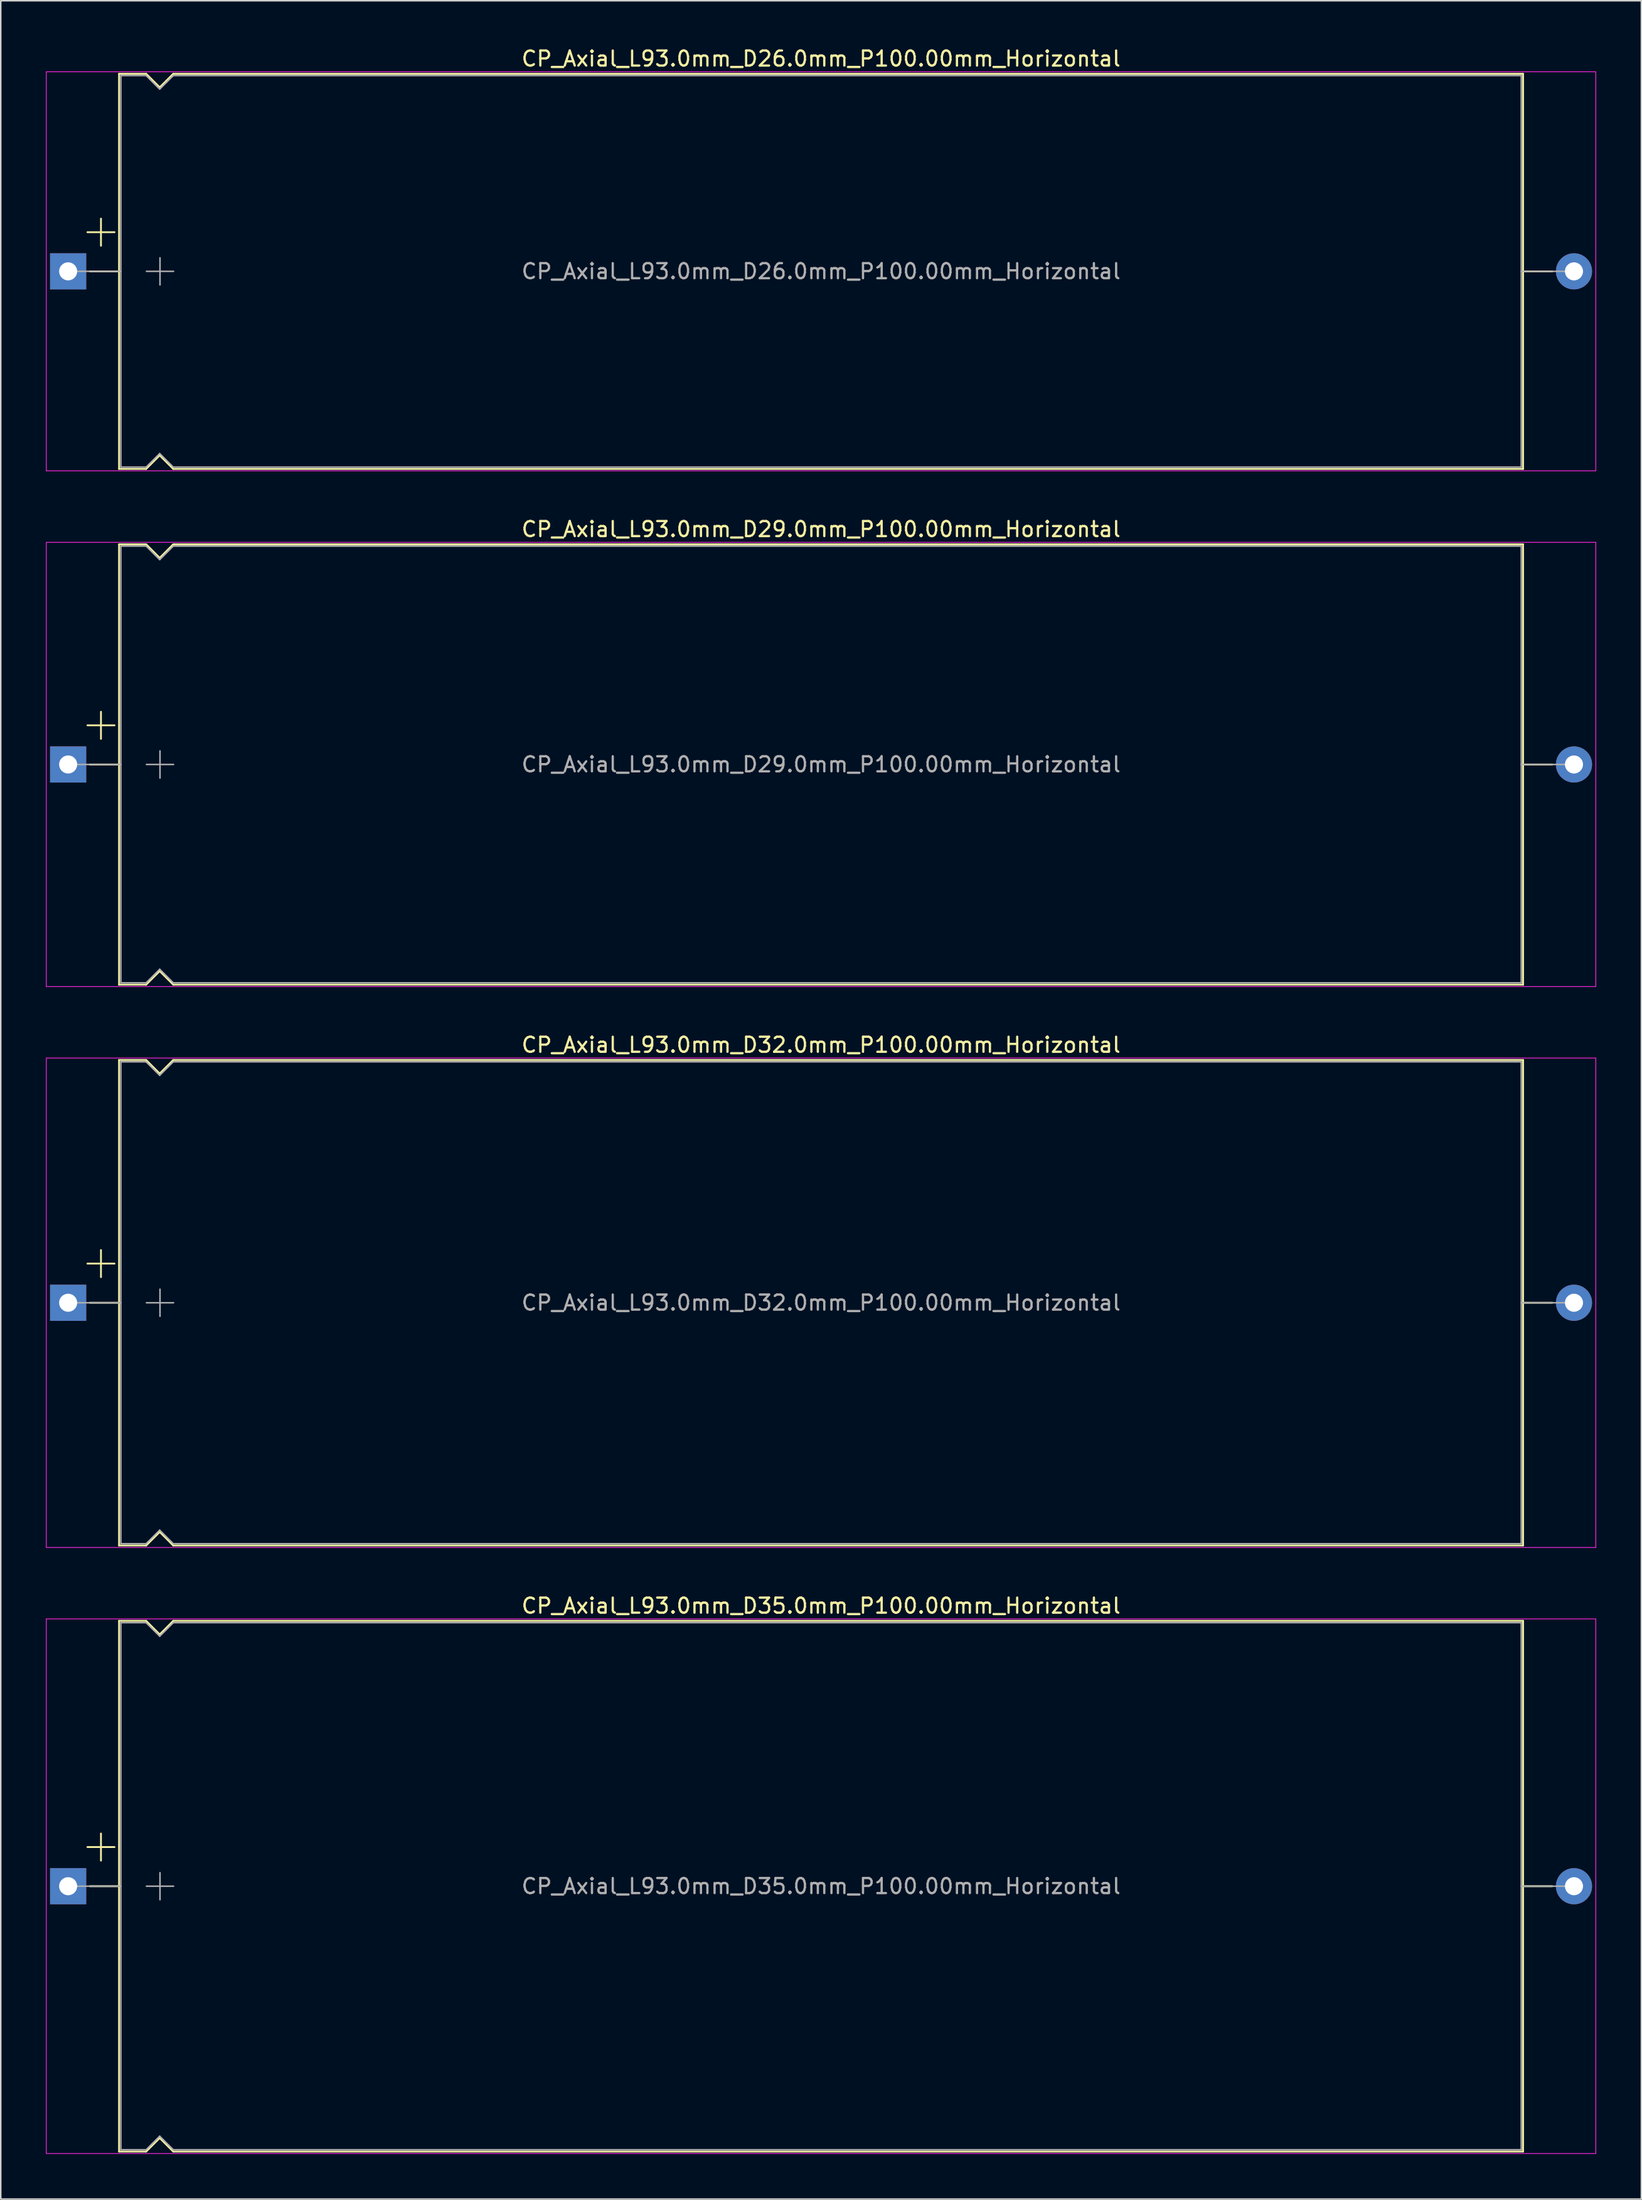
<source format=kicad_pcb>
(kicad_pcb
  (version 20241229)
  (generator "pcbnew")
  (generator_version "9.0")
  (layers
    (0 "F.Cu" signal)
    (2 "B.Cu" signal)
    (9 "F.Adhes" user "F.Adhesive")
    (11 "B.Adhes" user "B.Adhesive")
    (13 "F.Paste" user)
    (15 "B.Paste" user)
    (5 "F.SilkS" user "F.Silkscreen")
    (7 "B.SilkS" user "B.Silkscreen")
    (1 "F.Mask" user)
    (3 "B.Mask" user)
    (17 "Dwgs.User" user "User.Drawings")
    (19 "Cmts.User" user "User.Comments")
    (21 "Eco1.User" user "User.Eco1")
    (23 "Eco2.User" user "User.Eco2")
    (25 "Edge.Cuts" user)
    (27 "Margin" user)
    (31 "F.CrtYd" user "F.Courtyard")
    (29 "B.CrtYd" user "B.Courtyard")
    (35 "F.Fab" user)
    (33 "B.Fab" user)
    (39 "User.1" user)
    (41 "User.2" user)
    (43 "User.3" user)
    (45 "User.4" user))
  (footprint "CP_Axial_L93.0mm_D32.0mm_P100.00mm_Horizontal"
    (layer "F.Cu")
    (at 1.475 83.455)
    (property "Reference" "CP_Axial_L93.0mm_D32.0mm_P100.00mm_Horizontal" (at 50 -17.12 0) (layer "F.SilkS") (effects (font (size 1 1) (thickness 0.15))))
    (attr through_hole)
    (fp_line (start 1.28 -2.6) (end 3.08 -2.6) (stroke (width 0.12) (type solid)) (layer "F.SilkS"))
    (fp_line (start 1.44 0) (end 3.38 0) (stroke (width 0.12) (type solid)) (layer "F.SilkS"))
    (fp_line (start 2.18 -3.5) (end 2.18 -1.7) (stroke (width 0.12) (type solid)) (layer "F.SilkS"))
    (fp_line (start 3.38 -16.12) (end 3.38 16.12) (stroke (width 0.12) (type solid)) (layer "F.SilkS"))
    (fp_line (start 3.38 -16.12) (end 5.18 -16.12) (stroke (width 0.12) (type solid)) (layer "F.SilkS"))
    (fp_line (start 3.38 16.12) (end 5.18 16.12) (stroke (width 0.12) (type solid)) (layer "F.SilkS"))
    (fp_line (start 5.18 -16.12) (end 6.08 -15.22) (stroke (width 0.12) (type solid)) (layer "F.SilkS"))
    (fp_line (start 5.18 16.12) (end 6.08 15.22) (stroke (width 0.12) (type solid)) (layer "F.SilkS"))
    (fp_line (start 6.08 -15.22) (end 6.98 -16.12) (stroke (width 0.12) (type solid)) (layer "F.SilkS"))
    (fp_line (start 6.08 15.22) (end 6.98 16.12) (stroke (width 0.12) (type solid)) (layer "F.SilkS"))
    (fp_line (start 6.98 -16.12) (end 96.62 -16.12) (stroke (width 0.12) (type solid)) (layer "F.SilkS"))
    (fp_line (start 6.98 16.12) (end 96.62 16.12) (stroke (width 0.12) (type solid)) (layer "F.SilkS"))
    (fp_line (start 96.62 -16.12) (end 96.62 16.12) (stroke (width 0.12) (type solid)) (layer "F.SilkS"))
    (fp_line (start 98.56 0) (end 96.62 0) (stroke (width 0.12) (type solid)) (layer "F.SilkS"))
    (fp_line (start -1.45 -16.25) (end -1.45 16.25) (stroke (width 0.05) (type solid)) (layer "F.CrtYd"))
    (fp_line (start -1.45 16.25) (end 101.45 16.25) (stroke (width 0.05) (type solid)) (layer "F.CrtYd"))
    (fp_line (start 101.45 -16.25) (end -1.45 -16.25) (stroke (width 0.05) (type solid)) (layer "F.CrtYd"))
    (fp_line (start 101.45 16.25) (end 101.45 -16.25) (stroke (width 0.05) (type solid)) (layer "F.CrtYd"))
    (fp_line (start 0 0) (end 3.5 0) (stroke (width 0.1) (type solid)) (layer "F.Fab"))
    (fp_line (start 3.5 -16) (end 3.5 16) (stroke (width 0.1) (type solid)) (layer "F.Fab"))
    (fp_line (start 3.5 -16) (end 5.18 -16) (stroke (width 0.1) (type solid)) (layer "F.Fab"))
    (fp_line (start 3.5 16) (end 5.18 16) (stroke (width 0.1) (type solid)) (layer "F.Fab"))
    (fp_line (start 5.18 -16) (end 6.08 -15.1) (stroke (width 0.1) (type solid)) (layer "F.Fab"))
    (fp_line (start 5.18 16) (end 6.08 15.1) (stroke (width 0.1) (type solid)) (layer "F.Fab"))
    (fp_line (start 5.2 0) (end 7 0) (stroke (width 0.1) (type solid)) (layer "F.Fab"))
    (fp_line (start 6.08 -15.1) (end 6.98 -16) (stroke (width 0.1) (type solid)) (layer "F.Fab"))
    (fp_line (start 6.08 15.1) (end 6.98 16) (stroke (width 0.1) (type solid)) (layer "F.Fab"))
    (fp_line (start 6.1 -0.9) (end 6.1 0.9) (stroke (width 0.1) (type solid)) (layer "F.Fab"))
    (fp_line (start 6.98 -16) (end 96.5 -16) (stroke (width 0.1) (type solid)) (layer "F.Fab"))
    (fp_line (start 6.98 16) (end 96.5 16) (stroke (width 0.1) (type solid)) (layer "F.Fab"))
    (fp_line (start 96.5 -16) (end 96.5 16) (stroke (width 0.1) (type solid)) (layer "F.Fab"))
    (fp_line (start 100 0) (end 96.5 0) (stroke (width 0.1) (type solid)) (layer "F.Fab"))
    (fp_text user "${REFERENCE}" (at 50 0 0) (layer "F.Fab") (effects (font (size 1 1) (thickness 0.15))))
    (pad "1" thru_hole rect (at 0 0) (size 2.4 2.4) (drill 1.2) (layers "*.Cu" "*.Mask"))
    (pad "2" thru_hole oval (at 100 0) (size 2.4 2.4) (drill 1.2) (layers "*.Cu" "*.Mask")))
  (footprint "CP_Axial_L93.0mm_D29.0mm_P100.00mm_Horizontal"
    (layer "F.Cu")
    (at 1.475 47.712)
    (property "Reference" "CP_Axial_L93.0mm_D29.0mm_P100.00mm_Horizontal" (at 50 -15.62 0) (layer "F.SilkS") (effects (font (size 1 1) (thickness 0.15))))
    (attr through_hole)
    (fp_line (start 1.28 -2.6) (end 3.08 -2.6) (stroke (width 0.12) (type solid)) (layer "F.SilkS"))
    (fp_line (start 1.44 0) (end 3.38 0) (stroke (width 0.12) (type solid)) (layer "F.SilkS"))
    (fp_line (start 2.18 -3.5) (end 2.18 -1.7) (stroke (width 0.12) (type solid)) (layer "F.SilkS"))
    (fp_line (start 3.38 -14.62) (end 3.38 14.62) (stroke (width 0.12) (type solid)) (layer "F.SilkS"))
    (fp_line (start 3.38 -14.62) (end 5.18 -14.62) (stroke (width 0.12) (type solid)) (layer "F.SilkS"))
    (fp_line (start 3.38 14.62) (end 5.18 14.62) (stroke (width 0.12) (type solid)) (layer "F.SilkS"))
    (fp_line (start 5.18 -14.62) (end 6.08 -13.72) (stroke (width 0.12) (type solid)) (layer "F.SilkS"))
    (fp_line (start 5.18 14.62) (end 6.08 13.72) (stroke (width 0.12) (type solid)) (layer "F.SilkS"))
    (fp_line (start 6.08 -13.72) (end 6.98 -14.62) (stroke (width 0.12) (type solid)) (layer "F.SilkS"))
    (fp_line (start 6.08 13.72) (end 6.98 14.62) (stroke (width 0.12) (type solid)) (layer "F.SilkS"))
    (fp_line (start 6.98 -14.62) (end 96.62 -14.62) (stroke (width 0.12) (type solid)) (layer "F.SilkS"))
    (fp_line (start 6.98 14.62) (end 96.62 14.62) (stroke (width 0.12) (type solid)) (layer "F.SilkS"))
    (fp_line (start 96.62 -14.62) (end 96.62 14.62) (stroke (width 0.12) (type solid)) (layer "F.SilkS"))
    (fp_line (start 98.56 0) (end 96.62 0) (stroke (width 0.12) (type solid)) (layer "F.SilkS"))
    (fp_line (start -1.45 -14.75) (end -1.45 14.75) (stroke (width 0.05) (type solid)) (layer "F.CrtYd"))
    (fp_line (start -1.45 14.75) (end 101.45 14.75) (stroke (width 0.05) (type solid)) (layer "F.CrtYd"))
    (fp_line (start 101.45 -14.75) (end -1.45 -14.75) (stroke (width 0.05) (type solid)) (layer "F.CrtYd"))
    (fp_line (start 101.45 14.75) (end 101.45 -14.75) (stroke (width 0.05) (type solid)) (layer "F.CrtYd"))
    (fp_line (start 0 0) (end 3.5 0) (stroke (width 0.1) (type solid)) (layer "F.Fab"))
    (fp_line (start 3.5 -14.5) (end 3.5 14.5) (stroke (width 0.1) (type solid)) (layer "F.Fab"))
    (fp_line (start 3.5 -14.5) (end 5.18 -14.5) (stroke (width 0.1) (type solid)) (layer "F.Fab"))
    (fp_line (start 3.5 14.5) (end 5.18 14.5) (stroke (width 0.1) (type solid)) (layer "F.Fab"))
    (fp_line (start 5.18 -14.5) (end 6.08 -13.6) (stroke (width 0.1) (type solid)) (layer "F.Fab"))
    (fp_line (start 5.18 14.5) (end 6.08 13.6) (stroke (width 0.1) (type solid)) (layer "F.Fab"))
    (fp_line (start 5.2 0) (end 7 0) (stroke (width 0.1) (type solid)) (layer "F.Fab"))
    (fp_line (start 6.08 -13.6) (end 6.98 -14.5) (stroke (width 0.1) (type solid)) (layer "F.Fab"))
    (fp_line (start 6.08 13.6) (end 6.98 14.5) (stroke (width 0.1) (type solid)) (layer "F.Fab"))
    (fp_line (start 6.1 -0.9) (end 6.1 0.9) (stroke (width 0.1) (type solid)) (layer "F.Fab"))
    (fp_line (start 6.98 -14.5) (end 96.5 -14.5) (stroke (width 0.1) (type solid)) (layer "F.Fab"))
    (fp_line (start 6.98 14.5) (end 96.5 14.5) (stroke (width 0.1) (type solid)) (layer "F.Fab"))
    (fp_line (start 96.5 -14.5) (end 96.5 14.5) (stroke (width 0.1) (type solid)) (layer "F.Fab"))
    (fp_line (start 100 0) (end 96.5 0) (stroke (width 0.1) (type solid)) (layer "F.Fab"))
    (fp_text user "${REFERENCE}" (at 50 0 0) (layer "F.Fab") (effects (font (size 1 1) (thickness 0.15))))
    (pad "1" thru_hole rect (at 0 0) (size 2.4 2.4) (drill 1.2) (layers "*.Cu" "*.Mask"))
    (pad "2" thru_hole oval (at 100 0) (size 2.4 2.4) (drill 1.2) (layers "*.Cu" "*.Mask")))
  (footprint "CP_Axial_L93.0mm_D35.0mm_P100.00mm_Horizontal"
    (layer "F.Cu")
    (at 1.475 122.198)
    (property "Reference" "CP_Axial_L93.0mm_D35.0mm_P100.00mm_Horizontal" (at 50 -18.62 0) (layer "F.SilkS") (effects (font (size 1 1) (thickness 0.15))))
    (attr through_hole)
    (fp_line (start 1.28 -2.6) (end 3.08 -2.6) (stroke (width 0.12) (type solid)) (layer "F.SilkS"))
    (fp_line (start 1.44 0) (end 3.38 0) (stroke (width 0.12) (type solid)) (layer "F.SilkS"))
    (fp_line (start 2.18 -3.5) (end 2.18 -1.7) (stroke (width 0.12) (type solid)) (layer "F.SilkS"))
    (fp_line (start 3.38 -17.62) (end 3.38 17.62) (stroke (width 0.12) (type solid)) (layer "F.SilkS"))
    (fp_line (start 3.38 -17.62) (end 5.18 -17.62) (stroke (width 0.12) (type solid)) (layer "F.SilkS"))
    (fp_line (start 3.38 17.62) (end 5.18 17.62) (stroke (width 0.12) (type solid)) (layer "F.SilkS"))
    (fp_line (start 5.18 -17.62) (end 6.08 -16.72) (stroke (width 0.12) (type solid)) (layer "F.SilkS"))
    (fp_line (start 5.18 17.62) (end 6.08 16.72) (stroke (width 0.12) (type solid)) (layer "F.SilkS"))
    (fp_line (start 6.08 -16.72) (end 6.98 -17.62) (stroke (width 0.12) (type solid)) (layer "F.SilkS"))
    (fp_line (start 6.08 16.72) (end 6.98 17.62) (stroke (width 0.12) (type solid)) (layer "F.SilkS"))
    (fp_line (start 6.98 -17.62) (end 96.62 -17.62) (stroke (width 0.12) (type solid)) (layer "F.SilkS"))
    (fp_line (start 6.98 17.62) (end 96.62 17.62) (stroke (width 0.12) (type solid)) (layer "F.SilkS"))
    (fp_line (start 96.62 -17.62) (end 96.62 17.62) (stroke (width 0.12) (type solid)) (layer "F.SilkS"))
    (fp_line (start 98.56 0) (end 96.62 0) (stroke (width 0.12) (type solid)) (layer "F.SilkS"))
    (fp_line (start -1.45 -17.75) (end -1.45 17.75) (stroke (width 0.05) (type solid)) (layer "F.CrtYd"))
    (fp_line (start -1.45 17.75) (end 101.45 17.75) (stroke (width 0.05) (type solid)) (layer "F.CrtYd"))
    (fp_line (start 101.45 -17.75) (end -1.45 -17.75) (stroke (width 0.05) (type solid)) (layer "F.CrtYd"))
    (fp_line (start 101.45 17.75) (end 101.45 -17.75) (stroke (width 0.05) (type solid)) (layer "F.CrtYd"))
    (fp_line (start 0 0) (end 3.5 0) (stroke (width 0.1) (type solid)) (layer "F.Fab"))
    (fp_line (start 3.5 -17.5) (end 3.5 17.5) (stroke (width 0.1) (type solid)) (layer "F.Fab"))
    (fp_line (start 3.5 -17.5) (end 5.18 -17.5) (stroke (width 0.1) (type solid)) (layer "F.Fab"))
    (fp_line (start 3.5 17.5) (end 5.18 17.5) (stroke (width 0.1) (type solid)) (layer "F.Fab"))
    (fp_line (start 5.18 -17.5) (end 6.08 -16.6) (stroke (width 0.1) (type solid)) (layer "F.Fab"))
    (fp_line (start 5.18 17.5) (end 6.08 16.6) (stroke (width 0.1) (type solid)) (layer "F.Fab"))
    (fp_line (start 5.2 0) (end 7 0) (stroke (width 0.1) (type solid)) (layer "F.Fab"))
    (fp_line (start 6.08 -16.6) (end 6.98 -17.5) (stroke (width 0.1) (type solid)) (layer "F.Fab"))
    (fp_line (start 6.08 16.6) (end 6.98 17.5) (stroke (width 0.1) (type solid)) (layer "F.Fab"))
    (fp_line (start 6.1 -0.9) (end 6.1 0.9) (stroke (width 0.1) (type solid)) (layer "F.Fab"))
    (fp_line (start 6.98 -17.5) (end 96.5 -17.5) (stroke (width 0.1) (type solid)) (layer "F.Fab"))
    (fp_line (start 6.98 17.5) (end 96.5 17.5) (stroke (width 0.1) (type solid)) (layer "F.Fab"))
    (fp_line (start 96.5 -17.5) (end 96.5 17.5) (stroke (width 0.1) (type solid)) (layer "F.Fab"))
    (fp_line (start 100 0) (end 96.5 0) (stroke (width 0.1) (type solid)) (layer "F.Fab"))
    (fp_text user "${REFERENCE}" (at 50 0 0) (layer "F.Fab") (effects (font (size 1 1) (thickness 0.15))))
    (pad "1" thru_hole rect (at 0 0) (size 2.4 2.4) (drill 1.2) (layers "*.Cu" "*.Mask"))
    (pad "2" thru_hole oval (at 100 0) (size 2.4 2.4) (drill 1.2) (layers "*.Cu" "*.Mask")))
  (footprint "CP_Axial_L93.0mm_D26.0mm_P100.00mm_Horizontal"
    (layer "F.Cu")
    (at 1.475 14.968)
    (property "Reference" "CP_Axial_L93.0mm_D26.0mm_P100.00mm_Horizontal" (at 50 -14.12 0) (layer "F.SilkS") (effects (font (size 1 1) (thickness 0.15))))
    (attr through_hole)
    (fp_line (start 1.28 -2.6) (end 3.08 -2.6) (stroke (width 0.12) (type solid)) (layer "F.SilkS"))
    (fp_line (start 1.44 0) (end 3.38 0) (stroke (width 0.12) (type solid)) (layer "F.SilkS"))
    (fp_line (start 2.18 -3.5) (end 2.18 -1.7) (stroke (width 0.12) (type solid)) (layer "F.SilkS"))
    (fp_line (start 3.38 -13.12) (end 3.38 13.12) (stroke (width 0.12) (type solid)) (layer "F.SilkS"))
    (fp_line (start 3.38 -13.12) (end 5.18 -13.12) (stroke (width 0.12) (type solid)) (layer "F.SilkS"))
    (fp_line (start 3.38 13.12) (end 5.18 13.12) (stroke (width 0.12) (type solid)) (layer "F.SilkS"))
    (fp_line (start 5.18 -13.12) (end 6.08 -12.22) (stroke (width 0.12) (type solid)) (layer "F.SilkS"))
    (fp_line (start 5.18 13.12) (end 6.08 12.22) (stroke (width 0.12) (type solid)) (layer "F.SilkS"))
    (fp_line (start 6.08 -12.22) (end 6.98 -13.12) (stroke (width 0.12) (type solid)) (layer "F.SilkS"))
    (fp_line (start 6.08 12.22) (end 6.98 13.12) (stroke (width 0.12) (type solid)) (layer "F.SilkS"))
    (fp_line (start 6.98 -13.12) (end 96.62 -13.12) (stroke (width 0.12) (type solid)) (layer "F.SilkS"))
    (fp_line (start 6.98 13.12) (end 96.62 13.12) (stroke (width 0.12) (type solid)) (layer "F.SilkS"))
    (fp_line (start 96.62 -13.12) (end 96.62 13.12) (stroke (width 0.12) (type solid)) (layer "F.SilkS"))
    (fp_line (start 98.56 0) (end 96.62 0) (stroke (width 0.12) (type solid)) (layer "F.SilkS"))
    (fp_line (start -1.45 -13.25) (end -1.45 13.25) (stroke (width 0.05) (type solid)) (layer "F.CrtYd"))
    (fp_line (start -1.45 13.25) (end 101.45 13.25) (stroke (width 0.05) (type solid)) (layer "F.CrtYd"))
    (fp_line (start 101.45 -13.25) (end -1.45 -13.25) (stroke (width 0.05) (type solid)) (layer "F.CrtYd"))
    (fp_line (start 101.45 13.25) (end 101.45 -13.25) (stroke (width 0.05) (type solid)) (layer "F.CrtYd"))
    (fp_line (start 0 0) (end 3.5 0) (stroke (width 0.1) (type solid)) (layer "F.Fab"))
    (fp_line (start 3.5 -13) (end 3.5 13) (stroke (width 0.1) (type solid)) (layer "F.Fab"))
    (fp_line (start 3.5 -13) (end 5.18 -13) (stroke (width 0.1) (type solid)) (layer "F.Fab"))
    (fp_line (start 3.5 13) (end 5.18 13) (stroke (width 0.1) (type solid)) (layer "F.Fab"))
    (fp_line (start 5.18 -13) (end 6.08 -12.1) (stroke (width 0.1) (type solid)) (layer "F.Fab"))
    (fp_line (start 5.18 13) (end 6.08 12.1) (stroke (width 0.1) (type solid)) (layer "F.Fab"))
    (fp_line (start 5.2 0) (end 7 0) (stroke (width 0.1) (type solid)) (layer "F.Fab"))
    (fp_line (start 6.08 -12.1) (end 6.98 -13) (stroke (width 0.1) (type solid)) (layer "F.Fab"))
    (fp_line (start 6.08 12.1) (end 6.98 13) (stroke (width 0.1) (type solid)) (layer "F.Fab"))
    (fp_line (start 6.1 -0.9) (end 6.1 0.9) (stroke (width 0.1) (type solid)) (layer "F.Fab"))
    (fp_line (start 6.98 -13) (end 96.5 -13) (stroke (width 0.1) (type solid)) (layer "F.Fab"))
    (fp_line (start 6.98 13) (end 96.5 13) (stroke (width 0.1) (type solid)) (layer "F.Fab"))
    (fp_line (start 96.5 -13) (end 96.5 13) (stroke (width 0.1) (type solid)) (layer "F.Fab"))
    (fp_line (start 100 0) (end 96.5 0) (stroke (width 0.1) (type solid)) (layer "F.Fab"))
    (fp_text user "${REFERENCE}" (at 50 0 0) (layer "F.Fab") (effects (font (size 1 1) (thickness 0.15))))
    (pad "1" thru_hole rect (at 0 0) (size 2.4 2.4) (drill 1.2) (layers "*.Cu" "*.Mask"))
    (pad "2" thru_hole oval (at 100 0) (size 2.4 2.4) (drill 1.2) (layers "*.Cu" "*.Mask")))
  (gr_rect
    (start -3 -3)
    (end 105.95 142.973)
    (stroke (width 0.1) (type default))
    (fill no)
    (layer "Edge.Cuts")))
</source>
